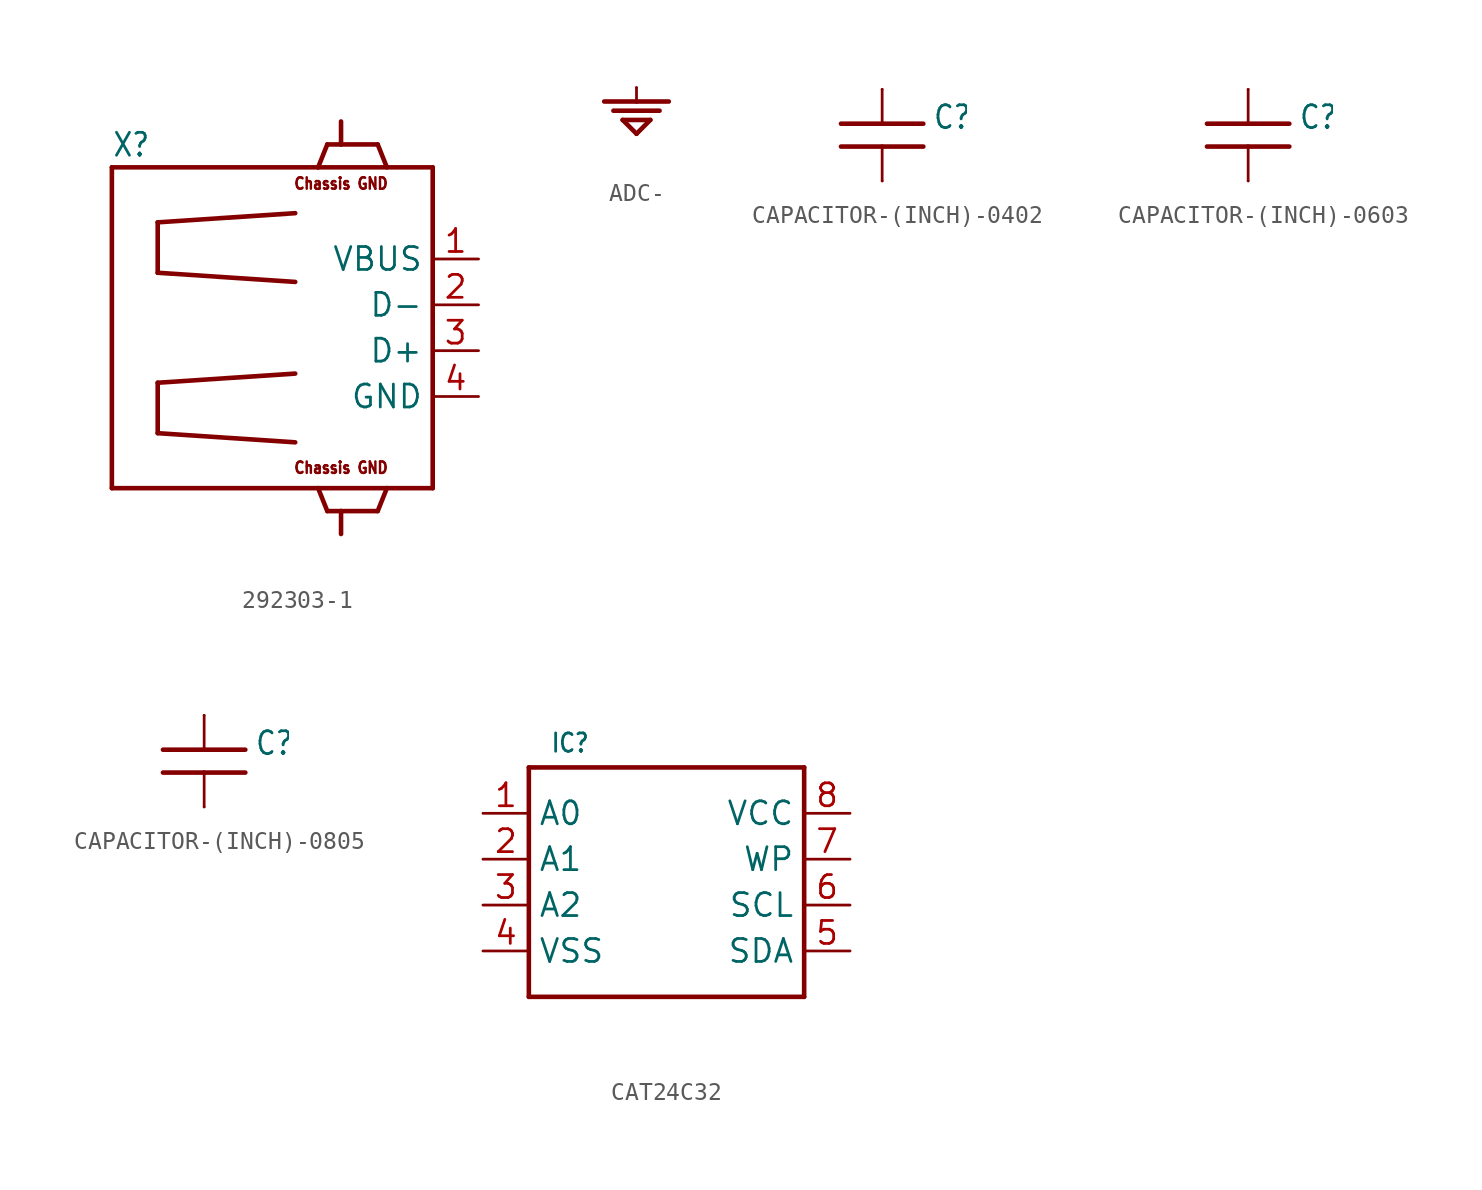
<source format=kicad_sym>
(kicad_symbol_lib
  (version 20231120)
  (generator "kicad_symbol_editor")
  (generator_version "8.0")
  (symbol "292303-1"
    (property "Reference" "X"
      (at -7.62 10.668 0)
      (effects (font (size 1.27 1.079)) (justify left bottom)))
    (property "Value" ""
      (at -7.62 -9.398 0)
      (effects (font (size 1.27 1.079)) (justify left bottom)))
    (property "ki_locked" ""
      (at 0 0 0)
      (effects (font (size 1.27 1.27))))
    (symbol "292303-1_1_0"
      (polyline (pts (xy -7.62 -7.62) (xy -7.62 10.16)) (stroke (width 0.254) (type solid)) (fill (type none)))
      (polyline (pts (xy -7.62 10.16) (xy 3.81 10.16)) (stroke (width 0.254) (type solid)) (fill (type none)))
      (polyline (pts (xy -5.08 -4.572) (xy 2.54 -5.08)) (stroke (width 0.254) (type solid)) (fill (type none)))
      (polyline (pts (xy -5.08 -1.778) (xy -5.08 -4.572)) (stroke (width 0.254) (type solid)) (fill (type none)))
      (polyline (pts (xy -5.08 4.318) (xy 2.54 3.81)) (stroke (width 0.254) (type solid)) (fill (type none)))
      (polyline (pts (xy -5.08 7.112) (xy -5.08 4.318)) (stroke (width 0.254) (type solid)) (fill (type none)))
      (polyline (pts (xy 2.54 -1.27) (xy -5.08 -1.778)) (stroke (width 0.254) (type solid)) (fill (type none)))
      (polyline (pts (xy 2.54 7.62) (xy -5.08 7.112)) (stroke (width 0.254) (type solid)) (fill (type none)))
      (polyline (pts (xy 3.81 -7.62) (xy -7.62 -7.62)) (stroke (width 0.254) (type solid)) (fill (type none)))
      (polyline (pts (xy 3.81 10.16) (xy 4.318 11.43)) (stroke (width 0.254) (type solid)) (fill (type none)))
      (polyline (pts (xy 3.81 10.16) (xy 10.16 10.16)) (stroke (width 0.254) (type solid)) (fill (type none)))
      (polyline (pts (xy 4.318 -8.89) (xy 3.81 -7.62)) (stroke (width 0.254) (type solid)) (fill (type none)))
      (polyline (pts (xy 4.318 11.43) (xy 5.08 11.43)) (stroke (width 0.254) (type solid)) (fill (type none)))
      (polyline (pts (xy 5.08 -10.16) (xy 5.08 -8.89)) (stroke (width 0.254) (type solid)) (fill (type none)))
      (polyline (pts (xy 5.08 -8.89) (xy 4.318 -8.89)) (stroke (width 0.254) (type solid)) (fill (type none)))
      (polyline (pts (xy 5.08 11.43) (xy 7.112 11.43)) (stroke (width 0.254) (type solid)) (fill (type none)))
      (polyline (pts (xy 5.08 12.7) (xy 5.08 11.43)) (stroke (width 0.254) (type solid)) (fill (type none)))
      (polyline (pts (xy 7.112 -8.89) (xy 5.08 -8.89)) (stroke (width 0.254) (type solid)) (fill (type none)))
      (polyline (pts (xy 7.112 11.43) (xy 7.62 10.16)) (stroke (width 0.254) (type solid)) (fill (type none)))
      (polyline (pts (xy 7.62 -7.62) (xy 3.81 -7.62)) (stroke (width 0.254) (type solid)) (fill (type none)))
      (polyline (pts (xy 7.62 -7.62) (xy 7.112 -8.89)) (stroke (width 0.254) (type solid)) (fill (type none)))
      (polyline (pts (xy 10.16 -7.62) (xy 7.62 -7.62)) (stroke (width 0.254) (type solid)) (fill (type none)))
      (polyline (pts (xy 10.16 10.16) (xy 10.16 -7.62)) (stroke (width 0.254) (type solid)) (fill (type none)))
      (text "Chassis GND" (at 5.08 -6.858 0) (effects (font (size 0.635 0.54)) (justify bottom)))
      (text "Chassis GND" (at 5.08 8.89 0) (effects (font (size 0.635 0.54)) (justify bottom)))
      (pin bidirectional line (at 12.7 5.08 180) (length 2.54) (name "VBUS" (effects (font (size 1.27 1.27)))) (number "1" (effects (font (size 1.27 1.27)))))
      (pin bidirectional line (at 12.7 2.54 180) (length 2.54) (name "D-" (effects (font (size 1.27 1.27)))) (number "2" (effects (font (size 1.27 1.27)))))
      (pin bidirectional line (at 12.7 0 180) (length 2.54) (name "D+" (effects (font (size 1.27 1.27)))) (number "3" (effects (font (size 1.27 1.27)))))
      (pin bidirectional line (at 12.7 -2.54 180) (length 2.54) (name "GND" (effects (font (size 1.27 1.27)))) (number "4" (effects (font (size 1.27 1.27)))))
      (pin bidirectional line (at 5.08 12.7 0) (length 0) (name "CG@6" (effects (font (size 0 0)))) (number "C1" (effects (font (size 0 0)))))
      (pin bidirectional line (at 5.08 -10.16 0) (length 0) (name "CG@5" (effects (font (size 0 0)))) (number "C2" (effects (font (size 0 0)))))))
  (symbol "ADC-"
    (power)
    (property "Reference" "#SUPPLY"
      (at 0 0 0)
      (effects (font (size 1.27 1.27)) (hide yes)))
    (property "Value" ""
      (at 0.254 -1.524 0)
      (effects (font (size 1.778 1.511))))
    (property "ki_locked" ""
      (at 0 0 0)
      (effects (font (size 1.27 1.27))))
    (symbol "ADC-_1_0"
      (polyline (pts (xy -1.778 1.778) (xy 0 1.778)) (stroke (width 0.254) (type solid)) (fill (type none)))
      (polyline (pts (xy -1.27 1.27) (xy 1.27 1.27)) (stroke (width 0.254) (type solid)) (fill (type none)))
      (polyline (pts (xy -0.762 0.762) (xy 0.762 0.762)) (stroke (width 0.254) (type solid)) (fill (type none)))
      (polyline (pts (xy 0 0) (xy -0.762 0.762)) (stroke (width 0.254) (type solid)) (fill (type none)))
      (polyline (pts (xy 0 0) (xy 0.762 0.762)) (stroke (width 0.254) (type solid)) (fill (type none)))
      (polyline (pts (xy 0 1.778) (xy 1.778 1.778)) (stroke (width 0.254) (type solid)) (fill (type none)))
      (polyline (pts (xy 0 2.54) (xy 0 1.778)) (stroke (width 0.152) (type solid)) (fill (type none)))
      (pin power_in line (at 0 2.54 270) (length 0) (name "ADC-" (effects (font (size 0 0)))) (number "1" (effects (font (size 0 0)))))))
  (symbol "CAPACITOR-(INCH)-0402"
    (property "Reference" "C"
      (at 2.794 0.254 0)
      (effects (font (size 1.27 1.079)) (justify left bottom)))
    (property "Value" ""
      (at 2.794 -2.032 0)
      (effects (font (size 1.27 1.079)) (justify left bottom)))
    (property "ki_locked" ""
      (at 0 0 0)
      (effects (font (size 1.27 1.27))))
    (symbol "CAPACITOR-(INCH)-0402_1_0"
      (polyline (pts (xy 0 -2.54) (xy 0 -0.635)) (stroke (width 0.152) (type solid)) (fill (type none)))
      (polyline (pts (xy 0 -0.635) (xy -2.286 -0.635)) (stroke (width 0.254) (type solid)) (fill (type none)))
      (polyline (pts (xy 0 0.635) (xy -2.286 0.635)) (stroke (width 0.254) (type solid)) (fill (type none)))
      (polyline (pts (xy 0 2.54) (xy 0 0.635)) (stroke (width 0.152) (type solid)) (fill (type none)))
      (polyline (pts (xy 2.286 -0.635) (xy 0 -0.635)) (stroke (width 0.254) (type solid)) (fill (type none)))
      (polyline (pts (xy 2.286 0.635) (xy 0 0.635)) (stroke (width 0.254) (type solid)) (fill (type none)))
      (pin bidirectional line (at 0 2.54 0) (length 0) (name "1" (effects (font (size 0 0)))) (number "1" (effects (font (size 0 0)))))
      (pin bidirectional line (at 0 -2.54 0) (length 0) (name "2" (effects (font (size 0 0)))) (number "2" (effects (font (size 0 0)))))))
  (symbol "CAPACITOR-(INCH)-0603"
    (property "Reference" "C"
      (at 2.794 0.254 0)
      (effects (font (size 1.27 1.079)) (justify left bottom)))
    (property "Value" ""
      (at 2.794 -2.032 0)
      (effects (font (size 1.27 1.079)) (justify left bottom)))
    (property "ki_locked" ""
      (at 0 0 0)
      (effects (font (size 1.27 1.27))))
    (symbol "CAPACITOR-(INCH)-0603_1_0"
      (polyline (pts (xy 0 -2.54) (xy 0 -0.635)) (stroke (width 0.152) (type solid)) (fill (type none)))
      (polyline (pts (xy 0 -0.635) (xy -2.286 -0.635)) (stroke (width 0.254) (type solid)) (fill (type none)))
      (polyline (pts (xy 0 0.635) (xy -2.286 0.635)) (stroke (width 0.254) (type solid)) (fill (type none)))
      (polyline (pts (xy 0 2.54) (xy 0 0.635)) (stroke (width 0.152) (type solid)) (fill (type none)))
      (polyline (pts (xy 2.286 -0.635) (xy 0 -0.635)) (stroke (width 0.254) (type solid)) (fill (type none)))
      (polyline (pts (xy 2.286 0.635) (xy 0 0.635)) (stroke (width 0.254) (type solid)) (fill (type none)))
      (pin bidirectional line (at 0 2.54 0) (length 0) (name "1" (effects (font (size 0 0)))) (number "1" (effects (font (size 0 0)))))
      (pin bidirectional line (at 0 -2.54 0) (length 0) (name "2" (effects (font (size 0 0)))) (number "2" (effects (font (size 0 0)))))))
  (symbol "CAPACITOR-(INCH)-0805"
    (property "Reference" "C"
      (at 2.794 0.254 0)
      (effects (font (size 1.27 1.079)) (justify left bottom)))
    (property "Value" ""
      (at 2.794 -2.032 0)
      (effects (font (size 1.27 1.079)) (justify left bottom)))
    (property "ki_locked" ""
      (at 0 0 0)
      (effects (font (size 1.27 1.27))))
    (symbol "CAPACITOR-(INCH)-0805_1_0"
      (polyline (pts (xy 0 -2.54) (xy 0 -0.635)) (stroke (width 0.152) (type solid)) (fill (type none)))
      (polyline (pts (xy 0 -0.635) (xy -2.286 -0.635)) (stroke (width 0.254) (type solid)) (fill (type none)))
      (polyline (pts (xy 0 0.635) (xy -2.286 0.635)) (stroke (width 0.254) (type solid)) (fill (type none)))
      (polyline (pts (xy 0 2.54) (xy 0 0.635)) (stroke (width 0.152) (type solid)) (fill (type none)))
      (polyline (pts (xy 2.286 -0.635) (xy 0 -0.635)) (stroke (width 0.254) (type solid)) (fill (type none)))
      (polyline (pts (xy 2.286 0.635) (xy 0 0.635)) (stroke (width 0.254) (type solid)) (fill (type none)))
      (pin bidirectional line (at 0 2.54 0) (length 0) (name "1" (effects (font (size 0 0)))) (number "1" (effects (font (size 0 0)))))
      (pin bidirectional line (at 0 -2.54 0) (length 0) (name "2" (effects (font (size 0 0)))) (number "2" (effects (font (size 0 0)))))))
  (symbol "CAT24C32"
    (property "Reference" "IC"
      (at -5.334 8.382 0)
      (effects (font (size 1.016 0.864)) (justify bottom)))
    (property "Value" ""
      (at -5.08 -7.62 0)
      (effects (font (size 1.016 0.864)) (justify bottom)))
    (property "ki_locked" ""
      (at 0 0 0)
      (effects (font (size 1.27 1.27))))
    (symbol "CAT24C32_1_0"
      (polyline (pts (xy -7.62 -5.08) (xy 7.62 -5.08)) (stroke (width 0.254) (type solid)) (fill (type none)))
      (polyline (pts (xy -7.62 7.62) (xy -7.62 -5.08)) (stroke (width 0.254) (type solid)) (fill (type none)))
      (polyline (pts (xy 7.62 -5.08) (xy 7.62 7.62)) (stroke (width 0.254) (type solid)) (fill (type none)))
      (polyline (pts (xy 7.62 7.62) (xy -7.62 7.62)) (stroke (width 0.254) (type solid)) (fill (type none)))
      (pin bidirectional line (at -10.16 5.08 0) (length 2.54) (name "A0" (effects (font (size 1.27 1.27)))) (number "1" (effects (font (size 1.27 1.27)))))
      (pin bidirectional line (at -10.16 2.54 0) (length 2.54) (name "A1" (effects (font (size 1.27 1.27)))) (number "2" (effects (font (size 1.27 1.27)))))
      (pin bidirectional line (at -10.16 0 0) (length 2.54) (name "A2" (effects (font (size 1.27 1.27)))) (number "3" (effects (font (size 1.27 1.27)))))
      (pin bidirectional line (at -10.16 -2.54 0) (length 2.54) (name "VSS" (effects (font (size 1.27 1.27)))) (number "4" (effects (font (size 1.27 1.27)))))
      (pin bidirectional line (at 10.16 -2.54 180) (length 2.54) (name "SDA" (effects (font (size 1.27 1.27)))) (number "5" (effects (font (size 1.27 1.27)))))
      (pin bidirectional line (at 10.16 0 180) (length 2.54) (name "SCL" (effects (font (size 1.27 1.27)))) (number "6" (effects (font (size 1.27 1.27)))))
      (pin bidirectional line (at 10.16 2.54 180) (length 2.54) (name "WP" (effects (font (size 1.27 1.27)))) (number "7" (effects (font (size 1.27 1.27)))))
      (pin bidirectional line (at 10.16 5.08 180) (length 2.54) (name "VCC" (effects (font (size 1.27 1.27)))) (number "8" (effects (font (size 1.27 1.27))))))))
</source>
